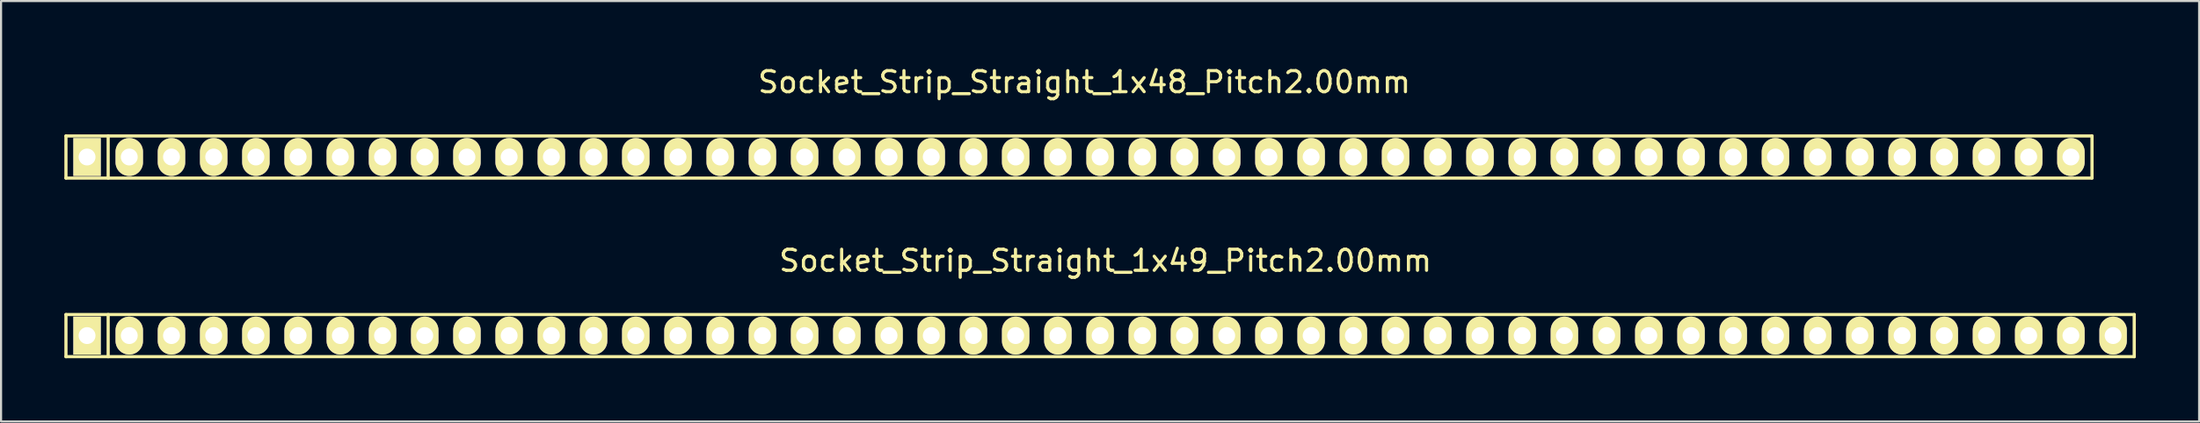
<source format=kicad_pcb>
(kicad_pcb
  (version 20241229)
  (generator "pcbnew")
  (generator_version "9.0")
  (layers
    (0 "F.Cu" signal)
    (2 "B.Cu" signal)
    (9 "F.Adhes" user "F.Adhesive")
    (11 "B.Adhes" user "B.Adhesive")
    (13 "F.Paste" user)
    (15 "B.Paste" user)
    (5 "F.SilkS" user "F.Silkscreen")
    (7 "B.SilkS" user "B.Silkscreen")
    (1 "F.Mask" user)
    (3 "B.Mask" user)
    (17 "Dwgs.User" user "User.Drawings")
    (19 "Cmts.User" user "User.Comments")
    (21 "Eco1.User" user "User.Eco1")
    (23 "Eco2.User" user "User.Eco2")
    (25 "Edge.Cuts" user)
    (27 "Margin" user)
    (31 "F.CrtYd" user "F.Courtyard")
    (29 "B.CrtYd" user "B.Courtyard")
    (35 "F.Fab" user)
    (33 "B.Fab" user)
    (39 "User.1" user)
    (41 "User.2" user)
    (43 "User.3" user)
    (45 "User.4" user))
  (footprint "Socket_Strip_Straight_1x49_Pitch2.00mm"
    (layer "F.Cu")
    (at 49.075 12.883)
    (property "Reference" "Socket_Strip_Straight_1x49_Pitch2.00mm" (at 0.254 -3.556 0) (layer "F.SilkS") (effects (font (size 1 1) (thickness 0.15))))
    (attr through_hole)
    (fp_line (start -49 -1) (end 49 -1) (stroke (width 0.15) (type solid)) (layer "F.SilkS"))
    (fp_line (start -49 1) (end -49 -1) (stroke (width 0.15) (type solid)) (layer "F.SilkS"))
    (fp_line (start -47 -1) (end -47 1) (stroke (width 0.15) (type solid)) (layer "F.SilkS"))
    (fp_line (start 49 -1) (end 49 1) (stroke (width 0.15) (type solid)) (layer "F.SilkS"))
    (fp_line (start 49 1) (end -49 1) (stroke (width 0.15) (type solid)) (layer "F.SilkS"))
    (pad "1" thru_hole rect (at -48 0) (size 1.3 1.8) (drill 0.8) (layers "*.Cu" "*.Mask" "F.SilkS"))
    (pad "2" thru_hole oval (at -46 0) (size 1.3 1.8) (drill 0.8) (layers "*.Cu" "*.Mask" "F.SilkS"))
    (pad "3" thru_hole oval (at -44 0) (size 1.3 1.8) (drill 0.8) (layers "*.Cu" "*.Mask" "F.SilkS"))
    (pad "4" thru_hole oval (at -42 0) (size 1.3 1.8) (drill 0.8) (layers "*.Cu" "*.Mask" "F.SilkS"))
    (pad "5" thru_hole oval (at -40 0) (size 1.3 1.8) (drill 0.8) (layers "*.Cu" "*.Mask" "F.SilkS"))
    (pad "6" thru_hole oval (at -38 0) (size 1.3 1.8) (drill 0.8) (layers "*.Cu" "*.Mask" "F.SilkS"))
    (pad "7" thru_hole oval (at -36 0) (size 1.3 1.8) (drill 0.8) (layers "*.Cu" "*.Mask" "F.SilkS"))
    (pad "8" thru_hole oval (at -34 0) (size 1.3 1.8) (drill 0.8) (layers "*.Cu" "*.Mask" "F.SilkS"))
    (pad "9" thru_hole oval (at -32 0) (size 1.3 1.8) (drill 0.8) (layers "*.Cu" "*.Mask" "F.SilkS"))
    (pad "10" thru_hole oval (at -30 0) (size 1.3 1.8) (drill 0.8) (layers "*.Cu" "*.Mask" "F.SilkS"))
    (pad "11" thru_hole oval (at -28 0) (size 1.3 1.8) (drill 0.8) (layers "*.Cu" "*.Mask" "F.SilkS"))
    (pad "12" thru_hole oval (at -26 0) (size 1.3 1.8) (drill 0.8) (layers "*.Cu" "*.Mask" "F.SilkS"))
    (pad "13" thru_hole oval (at -24 0) (size 1.3 1.8) (drill 0.8) (layers "*.Cu" "*.Mask" "F.SilkS"))
    (pad "14" thru_hole oval (at -22 0) (size 1.3 1.8) (drill 0.8) (layers "*.Cu" "*.Mask" "F.SilkS"))
    (pad "15" thru_hole oval (at -20 0) (size 1.3 1.8) (drill 0.8) (layers "*.Cu" "*.Mask" "F.SilkS"))
    (pad "16" thru_hole oval (at -18 0) (size 1.3 1.8) (drill 0.8) (layers "*.Cu" "*.Mask" "F.SilkS"))
    (pad "17" thru_hole oval (at -16 0) (size 1.3 1.8) (drill 0.8) (layers "*.Cu" "*.Mask" "F.SilkS"))
    (pad "18" thru_hole oval (at -14 0) (size 1.3 1.8) (drill 0.8) (layers "*.Cu" "*.Mask" "F.SilkS"))
    (pad "19" thru_hole oval (at -12 0) (size 1.3 1.8) (drill 0.8) (layers "*.Cu" "*.Mask" "F.SilkS"))
    (pad "20" thru_hole oval (at -10 0) (size 1.3 1.8) (drill 0.8) (layers "*.Cu" "*.Mask" "F.SilkS"))
    (pad "21" thru_hole oval (at -8 0) (size 1.3 1.8) (drill 0.8) (layers "*.Cu" "*.Mask" "F.SilkS"))
    (pad "22" thru_hole oval (at -6 0) (size 1.3 1.8) (drill 0.8) (layers "*.Cu" "*.Mask" "F.SilkS"))
    (pad "23" thru_hole oval (at -4 0) (size 1.3 1.8) (drill 0.8) (layers "*.Cu" "*.Mask" "F.SilkS"))
    (pad "24" thru_hole oval (at -2 0) (size 1.3 1.8) (drill 0.8) (layers "*.Cu" "*.Mask" "F.SilkS"))
    (pad "25" thru_hole oval (at 0 0) (size 1.3 1.8) (drill 0.8) (layers "*.Cu" "*.Mask" "F.SilkS"))
    (pad "26" thru_hole oval (at 2 0) (size 1.3 1.8) (drill 0.8) (layers "*.Cu" "*.Mask" "F.SilkS"))
    (pad "27" thru_hole oval (at 4 0) (size 1.3 1.8) (drill 0.8) (layers "*.Cu" "*.Mask" "F.SilkS"))
    (pad "28" thru_hole oval (at 6 0) (size 1.3 1.8) (drill 0.8) (layers "*.Cu" "*.Mask" "F.SilkS"))
    (pad "29" thru_hole oval (at 8 0) (size 1.3 1.8) (drill 0.8) (layers "*.Cu" "*.Mask" "F.SilkS"))
    (pad "30" thru_hole oval (at 10 0) (size 1.3 1.8) (drill 0.8) (layers "*.Cu" "*.Mask" "F.SilkS"))
    (pad "31" thru_hole oval (at 12 0) (size 1.3 1.8) (drill 0.8) (layers "*.Cu" "*.Mask" "F.SilkS"))
    (pad "32" thru_hole oval (at 14 0) (size 1.3 1.8) (drill 0.8) (layers "*.Cu" "*.Mask" "F.SilkS"))
    (pad "33" thru_hole oval (at 16 0) (size 1.3 1.8) (drill 0.8) (layers "*.Cu" "*.Mask" "F.SilkS"))
    (pad "34" thru_hole oval (at 18 0) (size 1.3 1.8) (drill 0.8) (layers "*.Cu" "*.Mask" "F.SilkS"))
    (pad "35" thru_hole oval (at 20 0) (size 1.3 1.8) (drill 0.8) (layers "*.Cu" "*.Mask" "F.SilkS"))
    (pad "36" thru_hole oval (at 22 0) (size 1.3 1.8) (drill 0.8) (layers "*.Cu" "*.Mask" "F.SilkS"))
    (pad "37" thru_hole oval (at 24 0) (size 1.3 1.8) (drill 0.8) (layers "*.Cu" "*.Mask" "F.SilkS"))
    (pad "38" thru_hole oval (at 26 0) (size 1.3 1.8) (drill 0.8) (layers "*.Cu" "*.Mask" "F.SilkS"))
    (pad "39" thru_hole oval (at 28 0) (size 1.3 1.8) (drill 0.8) (layers "*.Cu" "*.Mask" "F.SilkS"))
    (pad "40" thru_hole oval (at 30 0) (size 1.3 1.8) (drill 0.8) (layers "*.Cu" "*.Mask" "F.SilkS"))
    (pad "41" thru_hole oval (at 32 0) (size 1.3 1.8) (drill 0.8) (layers "*.Cu" "*.Mask" "F.SilkS"))
    (pad "42" thru_hole oval (at 34 0) (size 1.3 1.8) (drill 0.8) (layers "*.Cu" "*.Mask" "F.SilkS"))
    (pad "43" thru_hole oval (at 36 0) (size 1.3 1.8) (drill 0.8) (layers "*.Cu" "*.Mask" "F.SilkS"))
    (pad "44" thru_hole oval (at 38 0) (size 1.3 1.8) (drill 0.8) (layers "*.Cu" "*.Mask" "F.SilkS"))
    (pad "45" thru_hole oval (at 40 0) (size 1.3 1.8) (drill 0.8) (layers "*.Cu" "*.Mask" "F.SilkS"))
    (pad "46" thru_hole oval (at 42 0) (size 1.3 1.8) (drill 0.8) (layers "*.Cu" "*.Mask" "F.SilkS"))
    (pad "47" thru_hole oval (at 44 0) (size 1.3 1.8) (drill 0.8) (layers "*.Cu" "*.Mask" "F.SilkS"))
    (pad "48" thru_hole oval (at 46 0) (size 1.3 1.8) (drill 0.8) (layers "*.Cu" "*.Mask" "F.SilkS"))
    (pad "49" thru_hole oval (at 48 0) (size 1.3 1.8) (drill 0.8) (layers "*.Cu" "*.Mask" "F.SilkS")))
  (footprint "Socket_Strip_Straight_1x48_Pitch2.00mm"
    (layer "F.Cu")
    (at 48.075 4.404)
    (property "Reference" "Socket_Strip_Straight_1x48_Pitch2.00mm" (at 0.254 -3.556 0) (layer "F.SilkS") (effects (font (size 1 1) (thickness 0.15))))
    (attr through_hole)
    (fp_line (start -48 -1) (end 48 -1) (stroke (width 0.15) (type solid)) (layer "F.SilkS"))
    (fp_line (start -48 1) (end -48 -1) (stroke (width 0.15) (type solid)) (layer "F.SilkS"))
    (fp_line (start -46 -1) (end -46 1) (stroke (width 0.15) (type solid)) (layer "F.SilkS"))
    (fp_line (start 48 -1) (end 48 1) (stroke (width 0.15) (type solid)) (layer "F.SilkS"))
    (fp_line (start 48 1) (end -48 1) (stroke (width 0.15) (type solid)) (layer "F.SilkS"))
    (pad "1" thru_hole rect (at -47 0) (size 1.3 1.8) (drill 0.8) (layers "*.Cu" "*.Mask" "F.SilkS"))
    (pad "2" thru_hole oval (at -45 0) (size 1.3 1.8) (drill 0.8) (layers "*.Cu" "*.Mask" "F.SilkS"))
    (pad "3" thru_hole oval (at -43 0) (size 1.3 1.8) (drill 0.8) (layers "*.Cu" "*.Mask" "F.SilkS"))
    (pad "4" thru_hole oval (at -41 0) (size 1.3 1.8) (drill 0.8) (layers "*.Cu" "*.Mask" "F.SilkS"))
    (pad "5" thru_hole oval (at -39 0) (size 1.3 1.8) (drill 0.8) (layers "*.Cu" "*.Mask" "F.SilkS"))
    (pad "6" thru_hole oval (at -37 0) (size 1.3 1.8) (drill 0.8) (layers "*.Cu" "*.Mask" "F.SilkS"))
    (pad "7" thru_hole oval (at -35 0) (size 1.3 1.8) (drill 0.8) (layers "*.Cu" "*.Mask" "F.SilkS"))
    (pad "8" thru_hole oval (at -33 0) (size 1.3 1.8) (drill 0.8) (layers "*.Cu" "*.Mask" "F.SilkS"))
    (pad "9" thru_hole oval (at -31 0) (size 1.3 1.8) (drill 0.8) (layers "*.Cu" "*.Mask" "F.SilkS"))
    (pad "10" thru_hole oval (at -29 0) (size 1.3 1.8) (drill 0.8) (layers "*.Cu" "*.Mask" "F.SilkS"))
    (pad "11" thru_hole oval (at -27 0) (size 1.3 1.8) (drill 0.8) (layers "*.Cu" "*.Mask" "F.SilkS"))
    (pad "12" thru_hole oval (at -25 0) (size 1.3 1.8) (drill 0.8) (layers "*.Cu" "*.Mask" "F.SilkS"))
    (pad "13" thru_hole oval (at -23 0) (size 1.3 1.8) (drill 0.8) (layers "*.Cu" "*.Mask" "F.SilkS"))
    (pad "14" thru_hole oval (at -21 0) (size 1.3 1.8) (drill 0.8) (layers "*.Cu" "*.Mask" "F.SilkS"))
    (pad "15" thru_hole oval (at -19 0) (size 1.3 1.8) (drill 0.8) (layers "*.Cu" "*.Mask" "F.SilkS"))
    (pad "16" thru_hole oval (at -17 0) (size 1.3 1.8) (drill 0.8) (layers "*.Cu" "*.Mask" "F.SilkS"))
    (pad "17" thru_hole oval (at -15 0) (size 1.3 1.8) (drill 0.8) (layers "*.Cu" "*.Mask" "F.SilkS"))
    (pad "18" thru_hole oval (at -13 0) (size 1.3 1.8) (drill 0.8) (layers "*.Cu" "*.Mask" "F.SilkS"))
    (pad "19" thru_hole oval (at -11 0) (size 1.3 1.8) (drill 0.8) (layers "*.Cu" "*.Mask" "F.SilkS"))
    (pad "20" thru_hole oval (at -9 0) (size 1.3 1.8) (drill 0.8) (layers "*.Cu" "*.Mask" "F.SilkS"))
    (pad "21" thru_hole oval (at -7 0) (size 1.3 1.8) (drill 0.8) (layers "*.Cu" "*.Mask" "F.SilkS"))
    (pad "22" thru_hole oval (at -5 0) (size 1.3 1.8) (drill 0.8) (layers "*.Cu" "*.Mask" "F.SilkS"))
    (pad "23" thru_hole oval (at -3 0) (size 1.3 1.8) (drill 0.8) (layers "*.Cu" "*.Mask" "F.SilkS"))
    (pad "24" thru_hole oval (at -1 0) (size 1.3 1.8) (drill 0.8) (layers "*.Cu" "*.Mask" "F.SilkS"))
    (pad "25" thru_hole oval (at 1 0) (size 1.3 1.8) (drill 0.8) (layers "*.Cu" "*.Mask" "F.SilkS"))
    (pad "26" thru_hole oval (at 3 0) (size 1.3 1.8) (drill 0.8) (layers "*.Cu" "*.Mask" "F.SilkS"))
    (pad "27" thru_hole oval (at 5 0) (size 1.3 1.8) (drill 0.8) (layers "*.Cu" "*.Mask" "F.SilkS"))
    (pad "28" thru_hole oval (at 7 0) (size 1.3 1.8) (drill 0.8) (layers "*.Cu" "*.Mask" "F.SilkS"))
    (pad "29" thru_hole oval (at 9 0) (size 1.3 1.8) (drill 0.8) (layers "*.Cu" "*.Mask" "F.SilkS"))
    (pad "30" thru_hole oval (at 11 0) (size 1.3 1.8) (drill 0.8) (layers "*.Cu" "*.Mask" "F.SilkS"))
    (pad "31" thru_hole oval (at 13 0) (size 1.3 1.8) (drill 0.8) (layers "*.Cu" "*.Mask" "F.SilkS"))
    (pad "32" thru_hole oval (at 15 0) (size 1.3 1.8) (drill 0.8) (layers "*.Cu" "*.Mask" "F.SilkS"))
    (pad "33" thru_hole oval (at 17 0) (size 1.3 1.8) (drill 0.8) (layers "*.Cu" "*.Mask" "F.SilkS"))
    (pad "34" thru_hole oval (at 19 0) (size 1.3 1.8) (drill 0.8) (layers "*.Cu" "*.Mask" "F.SilkS"))
    (pad "35" thru_hole oval (at 21 0) (size 1.3 1.8) (drill 0.8) (layers "*.Cu" "*.Mask" "F.SilkS"))
    (pad "36" thru_hole oval (at 23 0) (size 1.3 1.8) (drill 0.8) (layers "*.Cu" "*.Mask" "F.SilkS"))
    (pad "37" thru_hole oval (at 25 0) (size 1.3 1.8) (drill 0.8) (layers "*.Cu" "*.Mask" "F.SilkS"))
    (pad "38" thru_hole oval (at 27 0) (size 1.3 1.8) (drill 0.8) (layers "*.Cu" "*.Mask" "F.SilkS"))
    (pad "39" thru_hole oval (at 29 0) (size 1.3 1.8) (drill 0.8) (layers "*.Cu" "*.Mask" "F.SilkS"))
    (pad "40" thru_hole oval (at 31 0) (size 1.3 1.8) (drill 0.8) (layers "*.Cu" "*.Mask" "F.SilkS"))
    (pad "41" thru_hole oval (at 33 0) (size 1.3 1.8) (drill 0.8) (layers "*.Cu" "*.Mask" "F.SilkS"))
    (pad "42" thru_hole oval (at 35 0) (size 1.3 1.8) (drill 0.8) (layers "*.Cu" "*.Mask" "F.SilkS"))
    (pad "43" thru_hole oval (at 37 0) (size 1.3 1.8) (drill 0.8) (layers "*.Cu" "*.Mask" "F.SilkS"))
    (pad "44" thru_hole oval (at 39 0) (size 1.3 1.8) (drill 0.8) (layers "*.Cu" "*.Mask" "F.SilkS"))
    (pad "45" thru_hole oval (at 41 0) (size 1.3 1.8) (drill 0.8) (layers "*.Cu" "*.Mask" "F.SilkS"))
    (pad "46" thru_hole oval (at 43 0) (size 1.3 1.8) (drill 0.8) (layers "*.Cu" "*.Mask" "F.SilkS"))
    (pad "47" thru_hole oval (at 45 0) (size 1.3 1.8) (drill 0.8) (layers "*.Cu" "*.Mask" "F.SilkS"))
    (pad "48" thru_hole oval (at 47 0) (size 1.3 1.8) (drill 0.8) (layers "*.Cu" "*.Mask" "F.SilkS")))
  (gr_rect
    (start -3 -3)
    (end 101.15 16.959)
    (stroke (width 0.1) (type default))
    (fill no)
    (layer "Edge.Cuts")))
</source>
